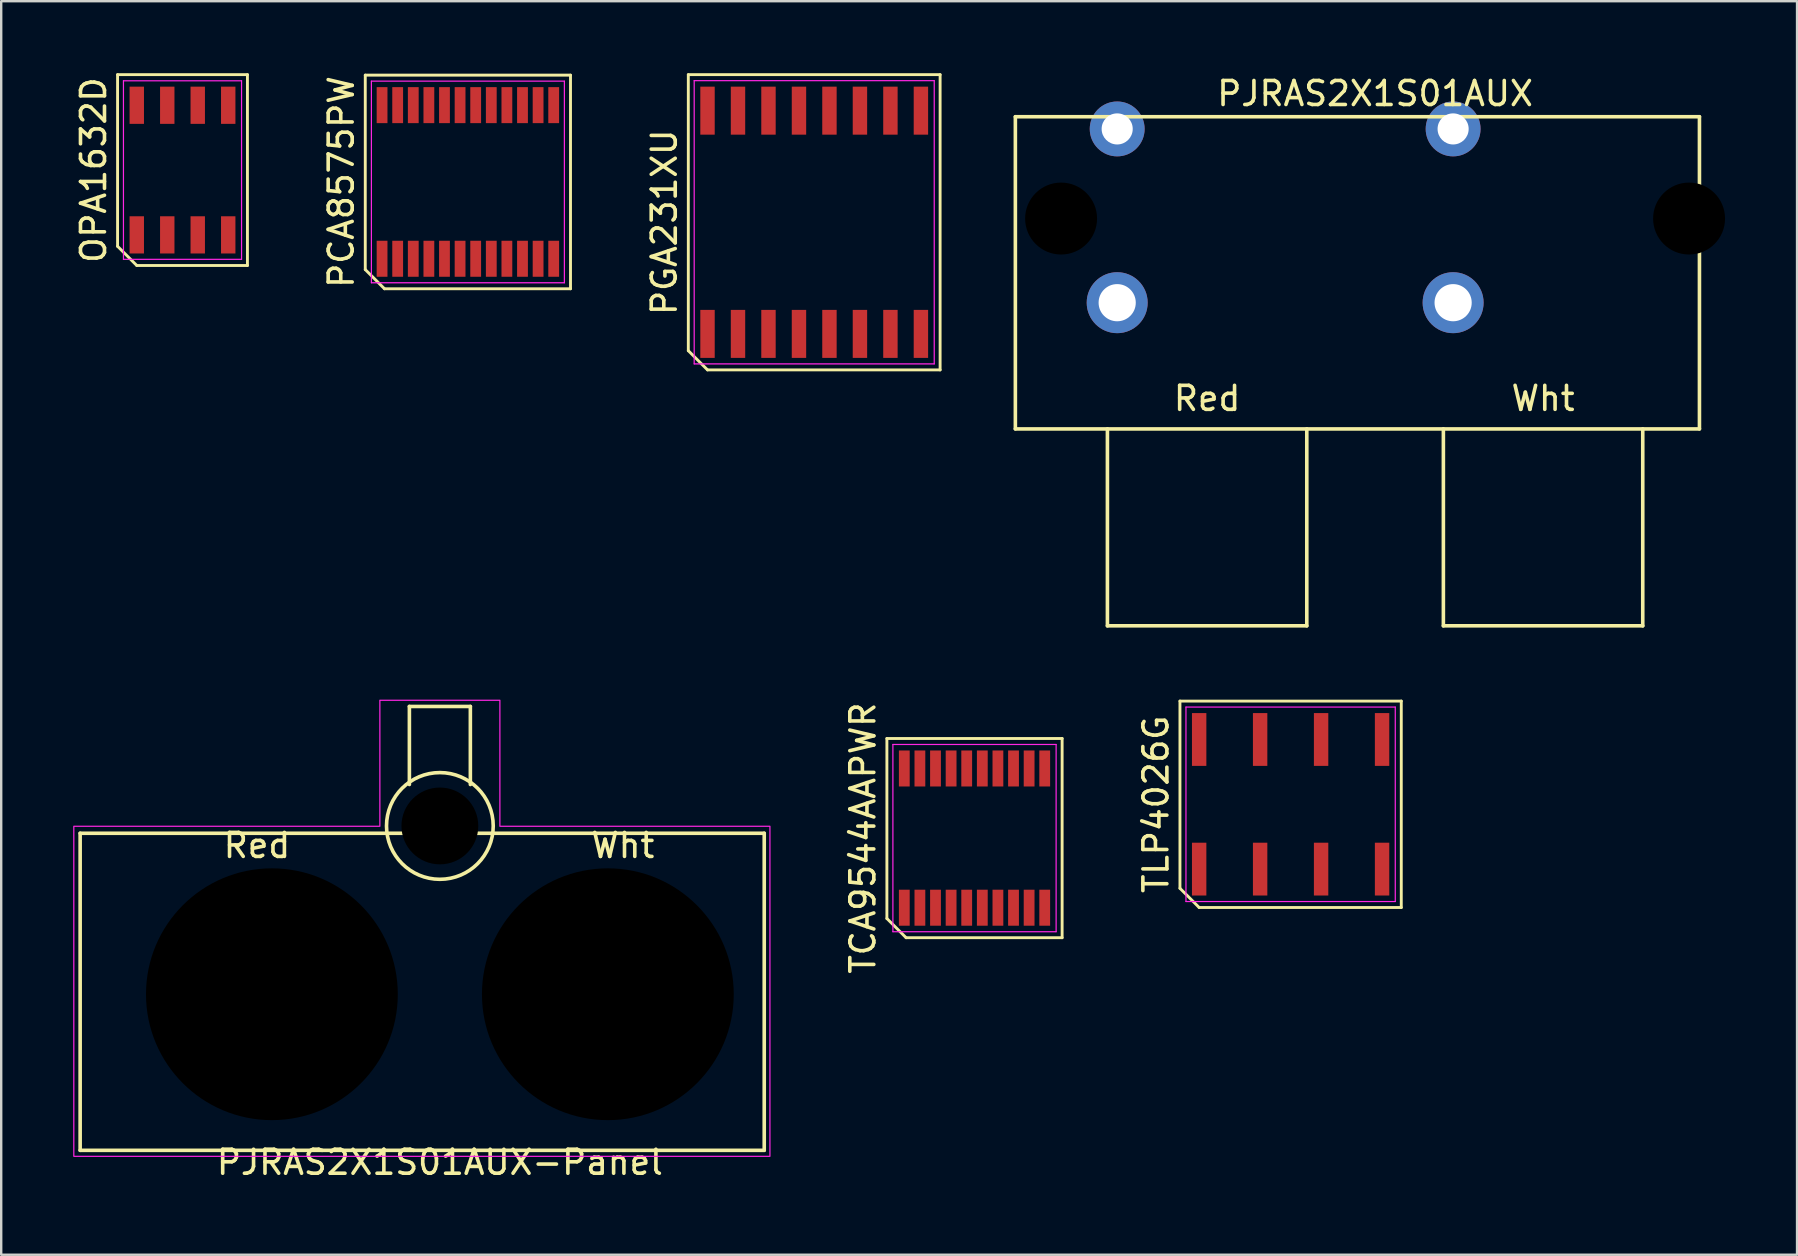
<source format=kicad_pcb>
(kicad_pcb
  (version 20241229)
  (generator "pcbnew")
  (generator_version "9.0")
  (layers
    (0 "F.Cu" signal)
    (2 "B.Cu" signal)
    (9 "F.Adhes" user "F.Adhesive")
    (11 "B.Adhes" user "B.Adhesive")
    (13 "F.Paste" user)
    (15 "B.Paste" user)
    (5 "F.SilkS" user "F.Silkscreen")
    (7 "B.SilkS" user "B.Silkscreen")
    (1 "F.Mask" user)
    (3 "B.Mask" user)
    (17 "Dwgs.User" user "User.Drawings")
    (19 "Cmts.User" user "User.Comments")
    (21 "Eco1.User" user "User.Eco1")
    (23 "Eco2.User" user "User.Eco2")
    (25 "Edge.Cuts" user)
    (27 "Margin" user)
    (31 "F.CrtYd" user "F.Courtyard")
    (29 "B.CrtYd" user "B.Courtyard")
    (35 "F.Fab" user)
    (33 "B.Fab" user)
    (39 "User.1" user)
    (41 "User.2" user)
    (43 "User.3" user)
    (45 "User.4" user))
  (footprint "PJRAS2X1S01AUX"
    (layer "F.Cu")
    (at 54.236 14.818)
    (property "Reference" "PJRAS2X1S01AUX" (at 0 -13.97 0) (layer "F.SilkS") (effects (font (size 1 1) (thickness 0.15))))
    (attr through_hole)
    (fp_line (start -14.986 -13.005) (end -14.986 0) (stroke (width 0.15) (type solid)) (layer "F.SilkS"))
    (fp_line (start -14.986 -13.005) (end 13.513 -13.005) (stroke (width 0.15) (type solid)) (layer "F.SilkS"))
    (fp_line (start -14.986 0) (end 13.513 0) (stroke (width 0.15) (type solid)) (layer "F.SilkS"))
    (fp_line (start -11.151 8.204) (end -11.151 0) (stroke (width 0.15) (type solid)) (layer "F.SilkS"))
    (fp_line (start -11.151 8.204) (end -2.845 8.204) (stroke (width 0.15) (type solid)) (layer "F.SilkS"))
    (fp_line (start -2.845 8.204) (end -2.845 0) (stroke (width 0.15) (type solid)) (layer "F.SilkS"))
    (fp_line (start 2.845 8.204) (end 2.845 0) (stroke (width 0.15) (type solid)) (layer "F.SilkS"))
    (fp_line (start 2.845 8.204) (end 11.151 8.204) (stroke (width 0.15) (type solid)) (layer "F.SilkS"))
    (fp_line (start 11.151 8.204) (end 11.151 0) (stroke (width 0.15) (type solid)) (layer "F.SilkS"))
    (fp_line (start 13.513 0) (end 13.513 -13.005) (stroke (width 0.15) (type solid)) (layer "F.SilkS"))
    (fp_text user "Wht" (at 6.998 -1.27 0) (layer "F.SilkS") (effects (font (size 1 1) (thickness 0.15))))
    (fp_text user "Red" (at -6.998 -1.27 0) (layer "F.SilkS") (effects (font (size 1 1) (thickness 0.15))))
    (pad "" np_thru_hole circle (at -13.081 -8.763) (size 2.997 2.997) (drill 2.997) (layers "*.Mask"))
    (pad "" np_thru_hole circle (at 13.081 -8.763) (size 2.997 2.997) (drill 2.997) (layers "*.Mask"))
    (pad "SL" thru_hole circle (at 3.251 -5.258) (size 2.54 2.54) (drill 1.549) (layers "*.Cu" "*.Mask"))
    (pad "SR" thru_hole circle (at -10.744 -5.258) (size 2.54 2.54) (drill 1.549) (layers "*.Cu" "*.Mask"))
    (pad "TL" thru_hole circle (at 3.251 -12.497) (size 2.286 2.286) (drill 1.295) (layers "*.Cu" "*.Mask"))
    (pad "TR" thru_hole circle (at -10.744 -12.497) (size 2.286 2.286) (drill 1.295) (layers "*.Cu" "*.Mask")))
  (footprint "PCA8575PW"
    (layer "F.Cu")
    (at 16.442 4.53)
    (property "Reference" "PCA8575PW" (at -5.275 0 90) (layer "F.SilkS") (effects (font (size 1 1) (thickness 0.15))))
    (attr through_hole)
    (fp_line (start -4.275 -4.45) (end 4.275 -4.45) (stroke (width 0.12) (type solid)) (layer "F.SilkS"))
    (fp_line (start -4.275 3.65) (end -4.275 -4.45) (stroke (width 0.12) (type solid)) (layer "F.SilkS"))
    (fp_line (start -3.475 4.45) (end -4.275 3.65) (stroke (width 0.12) (type solid)) (layer "F.SilkS"))
    (fp_line (start 4.275 -4.45) (end 4.275 4.45) (stroke (width 0.12) (type solid)) (layer "F.SilkS"))
    (fp_line (start 4.275 4.45) (end -3.475 4.45) (stroke (width 0.12) (type solid)) (layer "F.SilkS"))
    (fp_line (start -4.02 -4.2) (end 4.02 -4.2) (stroke (width 0.05) (type solid)) (layer "F.CrtYd"))
    (fp_line (start -4.02 4.2) (end -4.02 -4.2) (stroke (width 0.05) (type solid)) (layer "F.CrtYd"))
    (fp_line (start 4.02 -4.2) (end 4.02 4.2) (stroke (width 0.05) (type solid)) (layer "F.CrtYd"))
    (fp_line (start 4.02 4.2) (end -4.02 4.2) (stroke (width 0.05) (type solid)) (layer "F.CrtYd"))
    (pad "1" smd rect (at -3.575 3.2) (size 0.45 1.5) (layers "F.Cu" "F.Mask" "F.Paste"))
    (pad "2" smd rect (at -2.925 3.2) (size 0.45 1.5) (layers "F.Cu" "F.Mask" "F.Paste"))
    (pad "3" smd rect (at -2.275 3.2) (size 0.45 1.5) (layers "F.Cu" "F.Mask" "F.Paste"))
    (pad "4" smd rect (at -1.625 3.2) (size 0.45 1.5) (layers "F.Cu" "F.Mask" "F.Paste"))
    (pad "5" smd rect (at -0.975 3.2) (size 0.45 1.5) (layers "F.Cu" "F.Mask" "F.Paste"))
    (pad "6" smd rect (at -0.325 3.2) (size 0.45 1.5) (layers "F.Cu" "F.Mask" "F.Paste"))
    (pad "7" smd rect (at 0.325 3.2) (size 0.45 1.5) (layers "F.Cu" "F.Mask" "F.Paste"))
    (pad "8" smd rect (at 0.975 3.2) (size 0.45 1.5) (layers "F.Cu" "F.Mask" "F.Paste"))
    (pad "9" smd rect (at 1.625 3.2) (size 0.45 1.5) (layers "F.Cu" "F.Mask" "F.Paste"))
    (pad "10" smd rect (at 2.275 3.2) (size 0.45 1.5) (layers "F.Cu" "F.Mask" "F.Paste"))
    (pad "11" smd rect (at 2.925 3.2) (size 0.45 1.5) (layers "F.Cu" "F.Mask" "F.Paste"))
    (pad "12" smd rect (at 3.575 3.2) (size 0.45 1.5) (layers "F.Cu" "F.Mask" "F.Paste"))
    (pad "13" smd rect (at 3.575 -3.2) (size 0.45 1.5) (layers "F.Cu" "F.Mask" "F.Paste"))
    (pad "14" smd rect (at 2.925 -3.2) (size 0.45 1.5) (layers "F.Cu" "F.Mask" "F.Paste"))
    (pad "15" smd rect (at 2.275 -3.2) (size 0.45 1.5) (layers "F.Cu" "F.Mask" "F.Paste"))
    (pad "16" smd rect (at 1.625 -3.2) (size 0.45 1.5) (layers "F.Cu" "F.Mask" "F.Paste"))
    (pad "17" smd rect (at 0.975 -3.2) (size 0.45 1.5) (layers "F.Cu" "F.Mask" "F.Paste"))
    (pad "18" smd rect (at 0.325 -3.2) (size 0.45 1.5) (layers "F.Cu" "F.Mask" "F.Paste"))
    (pad "19" smd rect (at -0.325 -3.2) (size 0.45 1.5) (layers "F.Cu" "F.Mask" "F.Paste"))
    (pad "20" smd rect (at -0.975 -3.2) (size 0.45 1.5) (layers "F.Cu" "F.Mask" "F.Paste"))
    (pad "21" smd rect (at -1.625 -3.2) (size 0.45 1.5) (layers "F.Cu" "F.Mask" "F.Paste"))
    (pad "22" smd rect (at -2.275 -3.2) (size 0.45 1.5) (layers "F.Cu" "F.Mask" "F.Paste"))
    (pad "23" smd rect (at -2.925 -3.2) (size 0.45 1.5) (layers "F.Cu" "F.Mask" "F.Paste"))
    (pad "24" smd rect (at -3.575 -3.2) (size 0.45 1.5) (layers "F.Cu" "F.Mask" "F.Paste")))
  (footprint "PGA231XU"
    (layer "F.Cu")
    (at 30.87 6.21)
    (property "Reference" "PGA231XU" (at -6.245 0 90) (layer "F.SilkS") (effects (font (size 1 1) (thickness 0.15))))
    (attr through_hole)
    (fp_line (start -5.245 -6.15) (end 5.245 -6.15) (stroke (width 0.12) (type solid)) (layer "F.SilkS"))
    (fp_line (start -5.245 5.35) (end -5.245 -6.15) (stroke (width 0.12) (type solid)) (layer "F.SilkS"))
    (fp_line (start -4.445 6.15) (end -5.245 5.35) (stroke (width 0.12) (type solid)) (layer "F.SilkS"))
    (fp_line (start 5.245 -6.15) (end 5.245 6.15) (stroke (width 0.12) (type solid)) (layer "F.SilkS"))
    (fp_line (start 5.245 6.15) (end -4.445 6.15) (stroke (width 0.12) (type solid)) (layer "F.SilkS"))
    (fp_line (start -5 -5.9) (end 5 -5.9) (stroke (width 0.05) (type solid)) (layer "F.CrtYd"))
    (fp_line (start -5 5.9) (end -5 -5.9) (stroke (width 0.05) (type solid)) (layer "F.CrtYd"))
    (fp_line (start 5 -5.9) (end 5 5.9) (stroke (width 0.05) (type solid)) (layer "F.CrtYd"))
    (fp_line (start 5 5.9) (end -5 5.9) (stroke (width 0.05) (type solid)) (layer "F.CrtYd"))
    (pad "1" smd rect (at -4.445 4.65) (size 0.6 2) (layers "F.Cu" "F.Mask" "F.Paste"))
    (pad "2" smd rect (at -3.175 4.65) (size 0.6 2) (layers "F.Cu" "F.Mask" "F.Paste"))
    (pad "3" smd rect (at -1.905 4.65) (size 0.6 2) (layers "F.Cu" "F.Mask" "F.Paste"))
    (pad "4" smd rect (at -0.635 4.65) (size 0.6 2) (layers "F.Cu" "F.Mask" "F.Paste"))
    (pad "5" smd rect (at 0.635 4.65) (size 0.6 2) (layers "F.Cu" "F.Mask" "F.Paste"))
    (pad "6" smd rect (at 1.905 4.65) (size 0.6 2) (layers "F.Cu" "F.Mask" "F.Paste"))
    (pad "7" smd rect (at 3.175 4.65) (size 0.6 2) (layers "F.Cu" "F.Mask" "F.Paste"))
    (pad "8" smd rect (at 4.445 4.65) (size 0.6 2) (layers "F.Cu" "F.Mask" "F.Paste"))
    (pad "9" smd rect (at 4.445 -4.65) (size 0.6 2) (layers "F.Cu" "F.Mask" "F.Paste"))
    (pad "10" smd rect (at 3.175 -4.65) (size 0.6 2) (layers "F.Cu" "F.Mask" "F.Paste"))
    (pad "11" smd rect (at 1.905 -4.65) (size 0.6 2) (layers "F.Cu" "F.Mask" "F.Paste"))
    (pad "12" smd rect (at 0.635 -4.65) (size 0.6 2) (layers "F.Cu" "F.Mask" "F.Paste"))
    (pad "13" smd rect (at -0.635 -4.65) (size 0.6 2) (layers "F.Cu" "F.Mask" "F.Paste"))
    (pad "14" smd rect (at -1.905 -4.65) (size 0.6 2) (layers "F.Cu" "F.Mask" "F.Paste"))
    (pad "15" smd rect (at -3.175 -4.65) (size 0.6 2) (layers "F.Cu" "F.Mask" "F.Paste"))
    (pad "16" smd rect (at -4.445 -4.65) (size 0.6 2) (layers "F.Cu" "F.Mask" "F.Paste")))
  (footprint "TCA9544AAPWR"
    (layer "F.Cu")
    (at 37.548 31.865)
    (property "Reference" "TCA9544AAPWR" (at -4.65 0 90) (layer "F.SilkS") (effects (font (size 1 1) (thickness 0.15))))
    (attr through_hole)
    (fp_line (start -3.65 -4.15) (end 3.65 -4.15) (stroke (width 0.12) (type solid)) (layer "F.SilkS"))
    (fp_line (start -3.65 3.35) (end -3.65 -4.15) (stroke (width 0.12) (type solid)) (layer "F.SilkS"))
    (fp_line (start -2.85 4.15) (end -3.65 3.35) (stroke (width 0.12) (type solid)) (layer "F.SilkS"))
    (fp_line (start 3.65 -4.15) (end 3.65 4.15) (stroke (width 0.12) (type solid)) (layer "F.SilkS"))
    (fp_line (start 3.65 4.15) (end -2.85 4.15) (stroke (width 0.12) (type solid)) (layer "F.SilkS"))
    (fp_line (start -3.4 -3.9) (end 3.4 -3.9) (stroke (width 0.05) (type solid)) (layer "F.CrtYd"))
    (fp_line (start -3.4 3.9) (end -3.4 -3.9) (stroke (width 0.05) (type solid)) (layer "F.CrtYd"))
    (fp_line (start 3.4 -3.9) (end 3.4 3.9) (stroke (width 0.05) (type solid)) (layer "F.CrtYd"))
    (fp_line (start 3.4 3.9) (end -3.4 3.9) (stroke (width 0.05) (type solid)) (layer "F.CrtYd"))
    (pad "1" smd rect (at -2.925 2.9) (size 0.45 1.5) (layers "F.Cu" "F.Mask" "F.Paste"))
    (pad "2" smd rect (at -2.275 2.9) (size 0.45 1.5) (layers "F.Cu" "F.Mask" "F.Paste"))
    (pad "3" smd rect (at -1.625 2.9) (size 0.45 1.5) (layers "F.Cu" "F.Mask" "F.Paste"))
    (pad "4" smd rect (at -0.975 2.9) (size 0.45 1.5) (layers "F.Cu" "F.Mask" "F.Paste"))
    (pad "5" smd rect (at -0.325 2.9) (size 0.45 1.5) (layers "F.Cu" "F.Mask" "F.Paste"))
    (pad "6" smd rect (at 0.325 2.9) (size 0.45 1.5) (layers "F.Cu" "F.Mask" "F.Paste"))
    (pad "7" smd rect (at 0.975 2.9) (size 0.45 1.5) (layers "F.Cu" "F.Mask" "F.Paste"))
    (pad "8" smd rect (at 1.625 2.9) (size 0.45 1.5) (layers "F.Cu" "F.Mask" "F.Paste"))
    (pad "9" smd rect (at 2.275 2.9) (size 0.45 1.5) (layers "F.Cu" "F.Mask" "F.Paste"))
    (pad "10" smd rect (at 2.925 2.9) (size 0.45 1.5) (layers "F.Cu" "F.Mask" "F.Paste"))
    (pad "11" smd rect (at 2.925 -2.9) (size 0.45 1.5) (layers "F.Cu" "F.Mask" "F.Paste"))
    (pad "12" smd rect (at 2.275 -2.9) (size 0.45 1.5) (layers "F.Cu" "F.Mask" "F.Paste"))
    (pad "13" smd rect (at 1.625 -2.9) (size 0.45 1.5) (layers "F.Cu" "F.Mask" "F.Paste"))
    (pad "14" smd rect (at 0.975 -2.9) (size 0.45 1.5) (layers "F.Cu" "F.Mask" "F.Paste"))
    (pad "15" smd rect (at 0.325 -2.9) (size 0.45 1.5) (layers "F.Cu" "F.Mask" "F.Paste"))
    (pad "16" smd rect (at -0.325 -2.9) (size 0.45 1.5) (layers "F.Cu" "F.Mask" "F.Paste"))
    (pad "17" smd rect (at -0.975 -2.9) (size 0.45 1.5) (layers "F.Cu" "F.Mask" "F.Paste"))
    (pad "18" smd rect (at -1.625 -2.9) (size 0.45 1.5) (layers "F.Cu" "F.Mask" "F.Paste"))
    (pad "19" smd rect (at -2.275 -2.9) (size 0.45 1.5) (layers "F.Cu" "F.Mask" "F.Paste"))
    (pad "20" smd rect (at -2.925 -2.9) (size 0.45 1.5) (layers "F.Cu" "F.Mask" "F.Paste")))
  (footprint "TLP4026G"
    (layer "F.Cu")
    (at 50.717 30.457)
    (property "Reference" "TLP4026G" (at -5.61 0 90) (layer "F.SilkS") (effects (font (size 1 1) (thickness 0.15))))
    (attr through_hole)
    (fp_line (start -4.61 -4.3) (end 4.61 -4.3) (stroke (width 0.12) (type solid)) (layer "F.SilkS"))
    (fp_line (start -4.61 3.5) (end -4.61 -4.3) (stroke (width 0.12) (type solid)) (layer "F.SilkS"))
    (fp_line (start -3.81 4.3) (end -4.61 3.5) (stroke (width 0.12) (type solid)) (layer "F.SilkS"))
    (fp_line (start 4.61 -4.3) (end 4.61 4.3) (stroke (width 0.12) (type solid)) (layer "F.SilkS"))
    (fp_line (start 4.61 4.3) (end -3.81 4.3) (stroke (width 0.12) (type solid)) (layer "F.SilkS"))
    (fp_line (start -4.36 -4.05) (end 4.36 -4.05) (stroke (width 0.05) (type solid)) (layer "F.CrtYd"))
    (fp_line (start -4.36 4.05) (end -4.36 -4.05) (stroke (width 0.05) (type solid)) (layer "F.CrtYd"))
    (fp_line (start 4.36 -4.05) (end 4.36 4.05) (stroke (width 0.05) (type solid)) (layer "F.CrtYd"))
    (fp_line (start 4.36 4.05) (end -4.36 4.05) (stroke (width 0.05) (type solid)) (layer "F.CrtYd"))
    (pad "1" smd rect (at -3.81 2.7) (size 0.6 2.2) (layers "F.Cu" "F.Mask" "F.Paste"))
    (pad "2" smd rect (at -1.27 2.7) (size 0.6 2.2) (layers "F.Cu" "F.Mask" "F.Paste"))
    (pad "3" smd rect (at 1.27 2.7) (size 0.6 2.2) (layers "F.Cu" "F.Mask" "F.Paste"))
    (pad "4" smd rect (at 3.81 2.7) (size 0.6 2.2) (layers "F.Cu" "F.Mask" "F.Paste"))
    (pad "5" smd rect (at 3.81 -2.7) (size 0.6 2.2) (layers "F.Cu" "F.Mask" "F.Paste"))
    (pad "6" smd rect (at 1.27 -2.7) (size 0.6 2.2) (layers "F.Cu" "F.Mask" "F.Paste"))
    (pad "7" smd rect (at -1.27 -2.7) (size 0.6 2.2) (layers "F.Cu" "F.Mask" "F.Paste"))
    (pad "8" smd rect (at -3.81 -2.7) (size 0.6 2.2) (layers "F.Cu" "F.Mask" "F.Paste")))
  (footprint "PJRAS2X1S01AUX-Panel"
    (layer "F.Cu")
    (at 15.275 44.872)
    (property "Reference" "PJRAS2X1S01AUX-Panel" (at 0 0.5 0) (layer "F.SilkS") (effects (font (size 1 1) (thickness 0.15))))
    (attr through_hole)
    (fp_line (start -14.986 -13.208) (end -14.986 0) (stroke (width 0.15) (type solid)) (layer "F.SilkS"))
    (fp_line (start -14.986 -13.208) (end 13.513 -13.208) (stroke (width 0.15) (type solid)) (layer "F.SilkS"))
    (fp_line (start -14.986 0) (end 13.513 0) (stroke (width 0.15) (type solid)) (layer "F.SilkS"))
    (fp_line (start -1.27 -18.491) (end -1.27 -15.24) (stroke (width 0.15) (type solid)) (layer "F.SilkS"))
    (fp_line (start -1.27 -18.491) (end 1.27 -18.491) (stroke (width 0.15) (type solid)) (layer "F.SilkS"))
    (fp_line (start 1.27 -18.491) (end 1.27 -15.24) (stroke (width 0.15) (type solid)) (layer "F.SilkS"))
    (fp_line (start 13.513 0) (end 13.513 -13.208) (stroke (width 0.15) (type solid)) (layer "F.SilkS"))
    (fp_circle (center 0 -13.513) (end 2.223 -13.513) (stroke (width 0.15) (type solid)) (fill no) (layer "F.SilkS"))
    (fp_poly (pts (xy -15.25 0.25) (xy -15.25 -13.5) (xy -2.5 -13.5) (xy -2.5 -18.75) (xy 2.5 -18.75) (xy 2.5 -13.5) (xy 13.75 -13.5) (xy 13.75 0.25)) (stroke (width 0.05) (type solid)) (fill no) (layer "F.CrtYd"))
    (fp_text user "Red" (at -7.62 -12.7 0) (layer "F.SilkS") (effects (font (size 1 1) (thickness 0.15))))
    (fp_text user "Wht" (at 7.62 -12.7 0) (layer "F.SilkS") (effects (font (size 1 1) (thickness 0.15))))
    (pad "" np_thru_hole circle (at -6.998 -6.502) (size 10.49 10.49) (drill 10.49) (layers "*.Mask"))
    (pad "" np_thru_hole circle (at 0 -13.513) (size 3.2 3.2) (drill 3.2) (layers "*.Mask"))
    (pad "" np_thru_hole circle (at 6.998 -6.502) (size 10.49 10.49) (drill 10.49) (layers "*.Mask")))
  (footprint "OPA1632D"
    (layer "F.Cu")
    (at 4.553 4.035)
    (property "Reference" "OPA1632D" (at -3.705 0 90) (layer "F.SilkS") (effects (font (size 1 1) (thickness 0.15))))
    (attr through_hole)
    (fp_line (start -2.705 -3.975) (end 2.705 -3.975) (stroke (width 0.12) (type solid)) (layer "F.SilkS"))
    (fp_line (start -2.705 3.175) (end -2.705 -3.975) (stroke (width 0.12) (type solid)) (layer "F.SilkS"))
    (fp_line (start -1.905 3.975) (end -2.705 3.175) (stroke (width 0.12) (type solid)) (layer "F.SilkS"))
    (fp_line (start 2.705 -3.975) (end 2.705 3.975) (stroke (width 0.12) (type solid)) (layer "F.SilkS"))
    (fp_line (start 2.705 3.975) (end -1.905 3.975) (stroke (width 0.12) (type solid)) (layer "F.SilkS"))
    (fp_line (start -2.46 -3.72) (end 2.46 -3.72) (stroke (width 0.05) (type solid)) (layer "F.CrtYd"))
    (fp_line (start -2.46 3.72) (end -2.46 -3.72) (stroke (width 0.05) (type solid)) (layer "F.CrtYd"))
    (fp_line (start 2.46 -3.72) (end 2.46 3.72) (stroke (width 0.05) (type solid)) (layer "F.CrtYd"))
    (fp_line (start 2.46 3.72) (end -2.46 3.72) (stroke (width 0.05) (type solid)) (layer "F.CrtYd"))
    (pad "1" smd rect (at -1.905 2.7) (size 0.6 1.55) (layers "F.Cu" "F.Mask" "F.Paste"))
    (pad "2" smd rect (at -0.635 2.7) (size 0.6 1.55) (layers "F.Cu" "F.Mask" "F.Paste"))
    (pad "3" smd rect (at 0.635 2.7) (size 0.6 1.55) (layers "F.Cu" "F.Mask" "F.Paste"))
    (pad "4" smd rect (at 1.905 2.7) (size 0.6 1.55) (layers "F.Cu" "F.Mask" "F.Paste"))
    (pad "5" smd rect (at 1.905 -2.7) (size 0.6 1.55) (layers "F.Cu" "F.Mask" "F.Paste"))
    (pad "6" smd rect (at 0.635 -2.7) (size 0.6 1.55) (layers "F.Cu" "F.Mask" "F.Paste"))
    (pad "7" smd rect (at -0.635 -2.7) (size 0.6 1.55) (layers "F.Cu" "F.Mask" "F.Paste"))
    (pad "8" smd rect (at -1.905 -2.7) (size 0.6 1.55) (layers "F.Cu" "F.Mask" "F.Paste")))
  (gr_rect
    (start -3 -3)
    (end 71.815 49.221)
    (stroke (width 0.1) (type default))
    (fill no)
    (layer "Edge.Cuts")))
</source>
